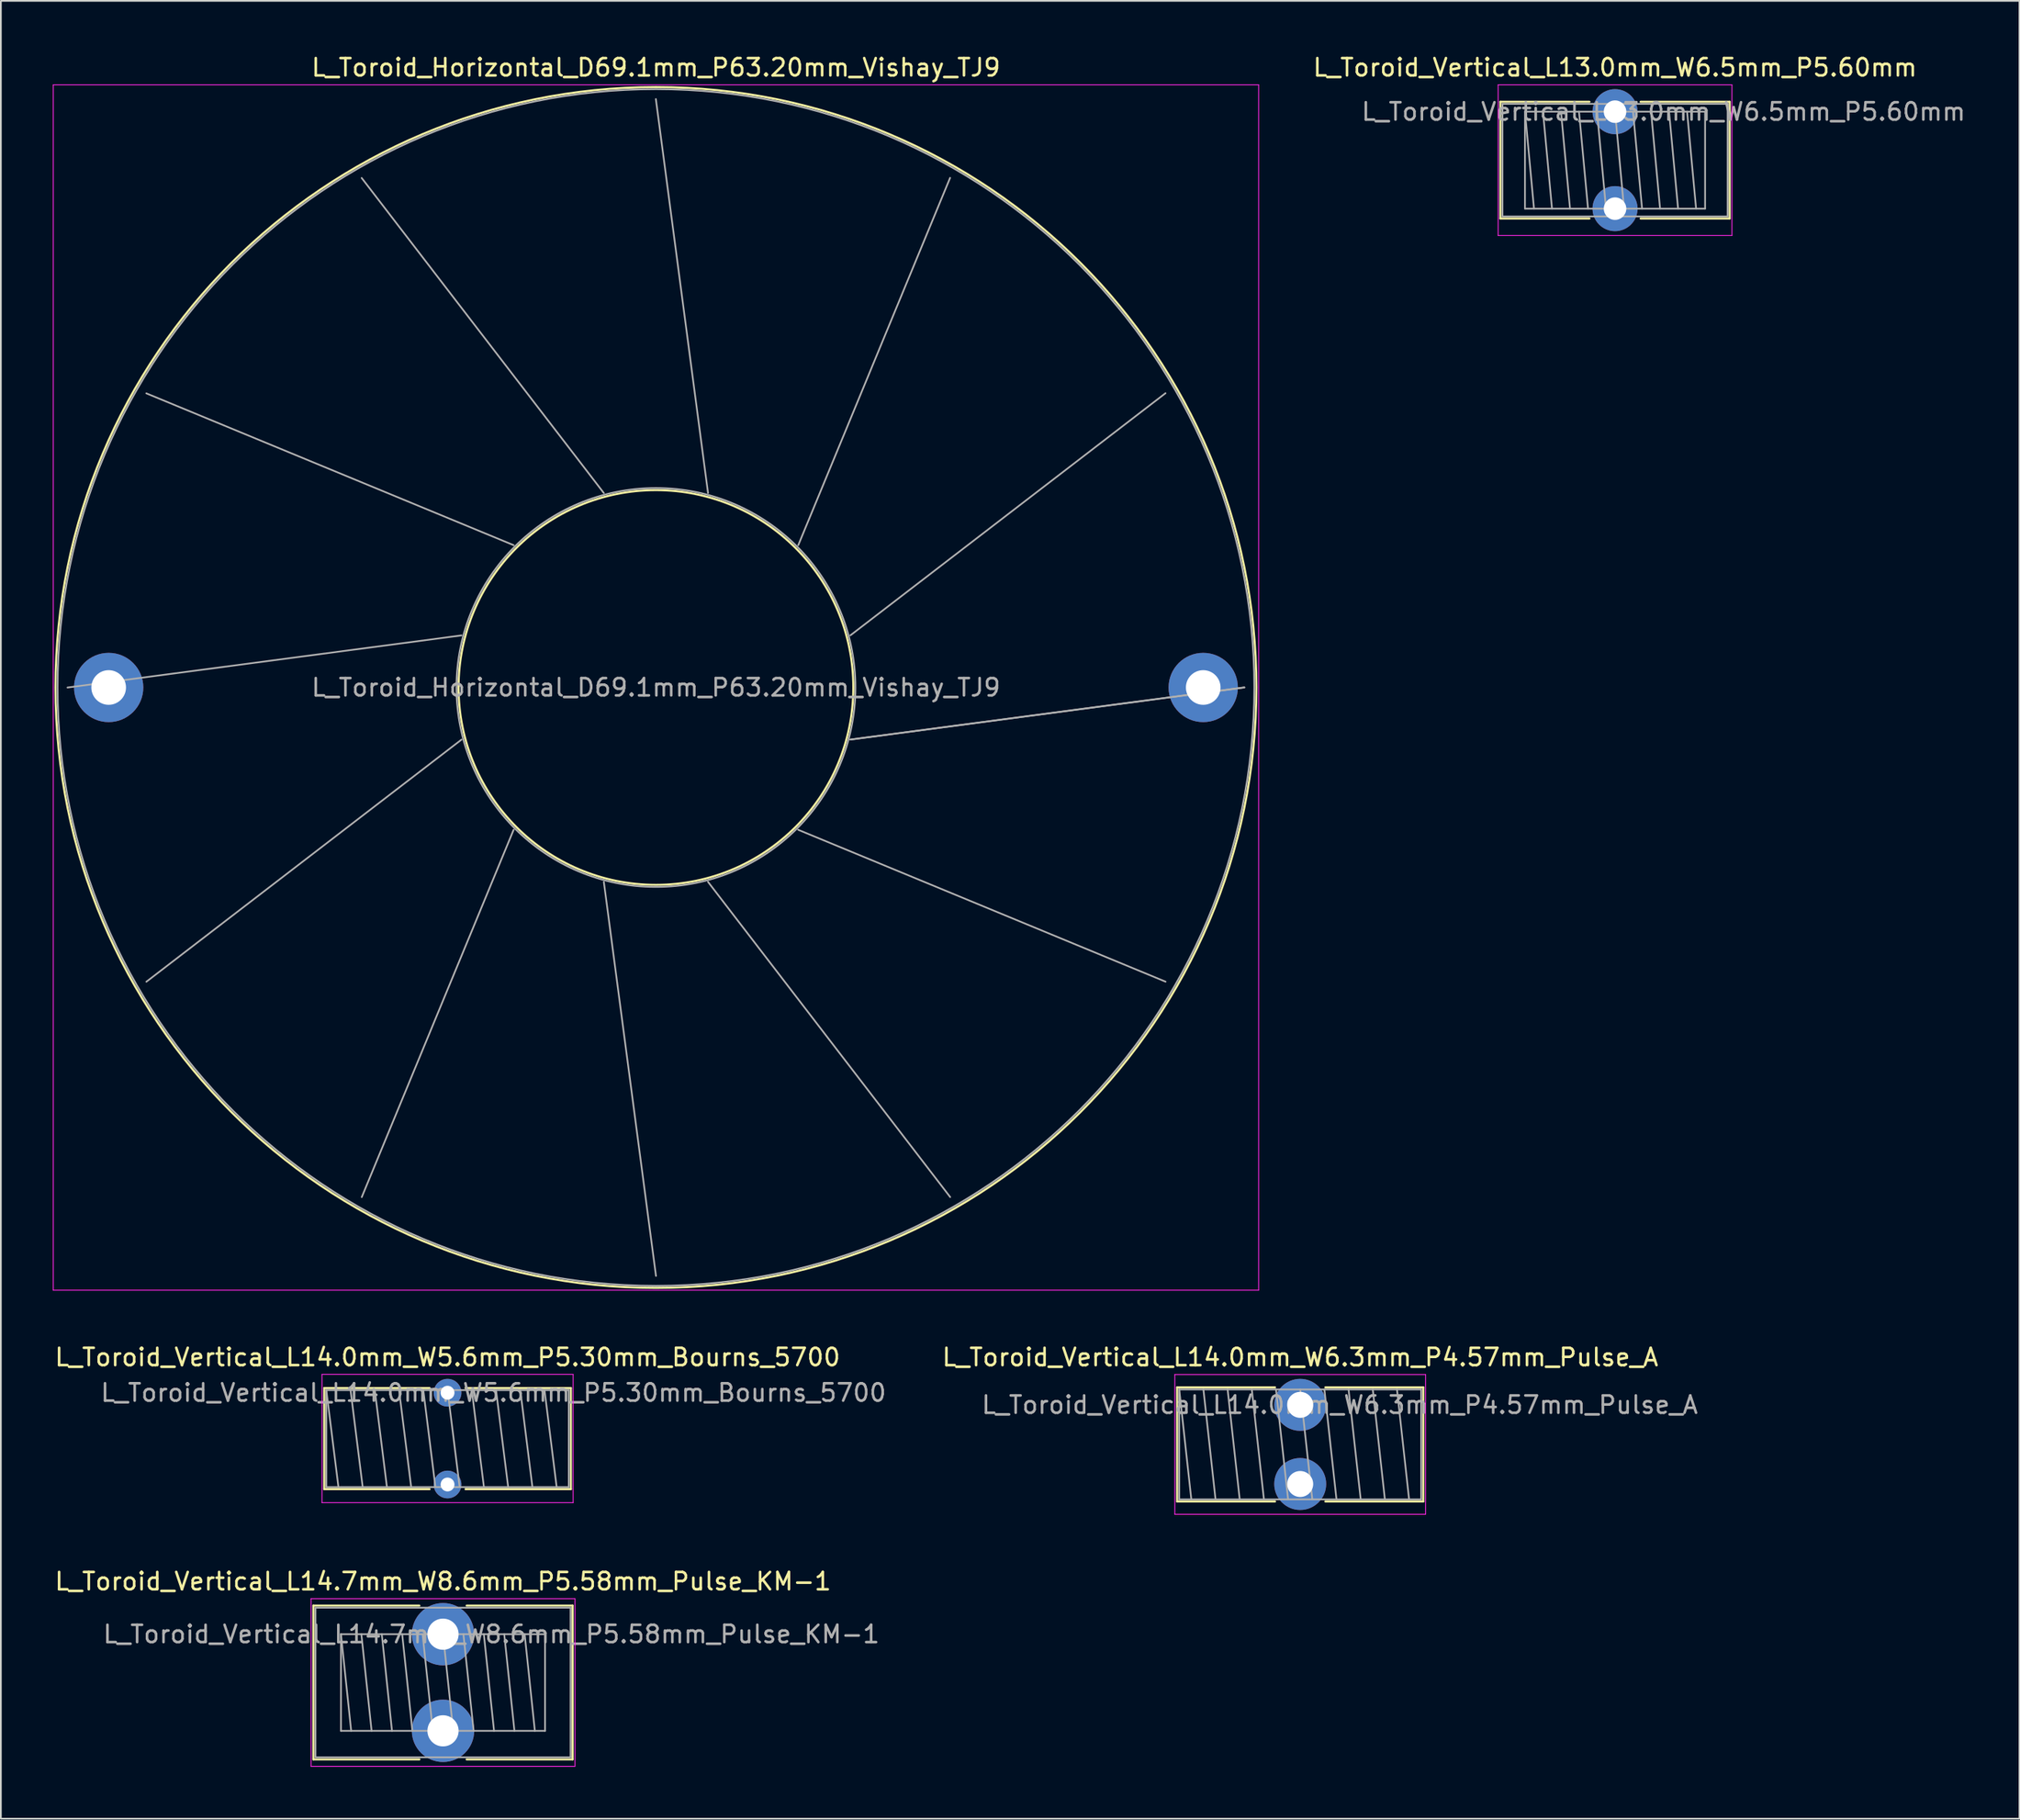
<source format=kicad_pcb>
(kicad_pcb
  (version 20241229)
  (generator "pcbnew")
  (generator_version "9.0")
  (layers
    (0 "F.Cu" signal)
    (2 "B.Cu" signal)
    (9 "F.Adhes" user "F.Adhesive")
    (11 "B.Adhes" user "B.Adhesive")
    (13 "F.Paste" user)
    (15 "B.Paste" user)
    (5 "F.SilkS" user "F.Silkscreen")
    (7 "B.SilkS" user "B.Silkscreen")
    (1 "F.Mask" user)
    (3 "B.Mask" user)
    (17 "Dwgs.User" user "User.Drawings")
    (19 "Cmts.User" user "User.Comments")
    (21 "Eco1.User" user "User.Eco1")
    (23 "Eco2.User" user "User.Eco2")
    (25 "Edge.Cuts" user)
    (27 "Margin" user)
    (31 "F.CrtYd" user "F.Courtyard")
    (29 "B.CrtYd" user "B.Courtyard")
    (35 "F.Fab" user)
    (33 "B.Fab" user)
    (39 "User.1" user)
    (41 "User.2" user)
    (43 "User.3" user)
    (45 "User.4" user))
  (footprint "L_Toroid_Vertical_L13.0mm_W6.5mm_P5.60mm"
    (layer "F.Cu")
    (at 90.204 3.398)
    (property "Reference" "L_Toroid_Vertical_L13.0mm_W6.5mm_P5.60mm" (at 0 -2.55 0) (layer "F.SilkS") (effects (font (size 1 1) (thickness 0.15))))
    (attr through_hole)
    (fp_line (start -6.62 -0.57) (end -6.62 6.17) (stroke (width 0.12) (type solid)) (layer "F.SilkS"))
    (fp_line (start -6.62 -0.57) (end -1.478 -0.57) (stroke (width 0.12) (type solid)) (layer "F.SilkS"))
    (fp_line (start -6.62 6.17) (end -1.478 6.17) (stroke (width 0.12) (type solid)) (layer "F.SilkS"))
    (fp_line (start 1.478 -0.57) (end 6.62 -0.57) (stroke (width 0.12) (type solid)) (layer "F.SilkS"))
    (fp_line (start 1.478 6.17) (end 6.62 6.17) (stroke (width 0.12) (type solid)) (layer "F.SilkS"))
    (fp_line (start 6.62 -0.57) (end 6.62 6.17) (stroke (width 0.12) (type solid)) (layer "F.SilkS"))
    (fp_line (start -6.75 -1.55) (end -6.75 7.15) (stroke (width 0.05) (type solid)) (layer "F.CrtYd"))
    (fp_line (start -6.75 7.15) (end 6.75 7.15) (stroke (width 0.05) (type solid)) (layer "F.CrtYd"))
    (fp_line (start 6.75 -1.55) (end -6.75 -1.55) (stroke (width 0.05) (type solid)) (layer "F.CrtYd"))
    (fp_line (start 6.75 7.15) (end 6.75 -1.55) (stroke (width 0.05) (type solid)) (layer "F.CrtYd"))
    (fp_line (start -6.5 -0.45) (end -6.5 6.05) (stroke (width 0.1) (type solid)) (layer "F.Fab"))
    (fp_line (start -6.5 6.05) (end 6.5 6.05) (stroke (width 0.1) (type solid)) (layer "F.Fab"))
    (fp_line (start -5.2 0) (end -5.2 5.6) (stroke (width 0.1) (type solid)) (layer "F.Fab"))
    (fp_line (start -5.2 0) (end -4.68 5.6) (stroke (width 0.1) (type solid)) (layer "F.Fab"))
    (fp_line (start -5.2 5.6) (end 5.2 5.6) (stroke (width 0.1) (type solid)) (layer "F.Fab"))
    (fp_line (start -4.16 0) (end -3.64 5.6) (stroke (width 0.1) (type solid)) (layer "F.Fab"))
    (fp_line (start -3.12 0) (end -2.6 5.6) (stroke (width 0.1) (type solid)) (layer "F.Fab"))
    (fp_line (start -2.08 0) (end -1.56 5.6) (stroke (width 0.1) (type solid)) (layer "F.Fab"))
    (fp_line (start -1.04 0) (end -0.52 5.6) (stroke (width 0.1) (type solid)) (layer "F.Fab"))
    (fp_line (start 0 0) (end 0.52 5.6) (stroke (width 0.1) (type solid)) (layer "F.Fab"))
    (fp_line (start 1.04 0) (end 1.56 5.6) (stroke (width 0.1) (type solid)) (layer "F.Fab"))
    (fp_line (start 2.08 0) (end 2.6 5.6) (stroke (width 0.1) (type solid)) (layer "F.Fab"))
    (fp_line (start 3.12 0) (end 3.64 5.6) (stroke (width 0.1) (type solid)) (layer "F.Fab"))
    (fp_line (start 4.16 0) (end 4.68 5.6) (stroke (width 0.1) (type solid)) (layer "F.Fab"))
    (fp_line (start 5.2 0) (end -5.2 0) (stroke (width 0.1) (type solid)) (layer "F.Fab"))
    (fp_line (start 5.2 5.6) (end 5.2 0) (stroke (width 0.1) (type solid)) (layer "F.Fab"))
    (fp_line (start 6.5 -0.45) (end -6.5 -0.45) (stroke (width 0.1) (type solid)) (layer "F.Fab"))
    (fp_line (start 6.5 6.05) (end 6.5 -0.45) (stroke (width 0.1) (type solid)) (layer "F.Fab"))
    (fp_text user "${REFERENCE}" (at 2.8 0 0) (layer "F.Fab") (effects (font (size 1 1) (thickness 0.15))))
    (pad "1" thru_hole circle (at 0 0) (size 2.6 2.6) (drill 1.3) (layers "*.Cu" "*.Mask"))
    (pad "2" thru_hole circle (at 0 5.6) (size 2.6 2.6) (drill 1.3) (layers "*.Cu" "*.Mask")))
  (footprint "L_Toroid_Vertical_L14.7mm_W8.6mm_P5.58mm_Pulse_KM-1"
    (layer "F.Cu")
    (at 22.53 91.315)
    (property "Reference" "L_Toroid_Vertical_L14.7mm_W8.6mm_P5.58mm_Pulse_KM-1" (at 0 -3.05 0) (layer "F.SilkS") (effects (font (size 1 1) (thickness 0.15))))
    (attr through_hole)
    (fp_line (start -7.485 -1.65) (end -7.485 7.23) (stroke (width 0.12) (type solid)) (layer "F.SilkS"))
    (fp_line (start -7.485 -1.65) (end -1.365 -1.65) (stroke (width 0.12) (type solid)) (layer "F.SilkS"))
    (fp_line (start -7.485 7.23) (end -1.365 7.23) (stroke (width 0.12) (type solid)) (layer "F.SilkS"))
    (fp_line (start 1.365 -1.65) (end 7.485 -1.65) (stroke (width 0.12) (type solid)) (layer "F.SilkS"))
    (fp_line (start 1.365 7.23) (end 7.485 7.23) (stroke (width 0.12) (type solid)) (layer "F.SilkS"))
    (fp_line (start 7.485 -1.65) (end 7.485 7.23) (stroke (width 0.12) (type solid)) (layer "F.SilkS"))
    (fp_line (start -7.62 -2.05) (end -7.62 7.63) (stroke (width 0.05) (type solid)) (layer "F.CrtYd"))
    (fp_line (start -7.62 7.63) (end 7.62 7.63) (stroke (width 0.05) (type solid)) (layer "F.CrtYd"))
    (fp_line (start 7.62 -2.05) (end -7.62 -2.05) (stroke (width 0.05) (type solid)) (layer "F.CrtYd"))
    (fp_line (start 7.62 7.63) (end 7.62 -2.05) (stroke (width 0.05) (type solid)) (layer "F.CrtYd"))
    (fp_line (start -7.365 -1.53) (end -7.365 7.11) (stroke (width 0.1) (type solid)) (layer "F.Fab"))
    (fp_line (start -7.365 7.11) (end 7.365 7.11) (stroke (width 0.1) (type solid)) (layer "F.Fab"))
    (fp_line (start -5.892 0) (end -5.892 5.58) (stroke (width 0.1) (type solid)) (layer "F.Fab"))
    (fp_line (start -5.892 0) (end -5.303 5.58) (stroke (width 0.1) (type solid)) (layer "F.Fab"))
    (fp_line (start -5.892 5.58) (end 5.892 5.58) (stroke (width 0.1) (type solid)) (layer "F.Fab"))
    (fp_line (start -4.714 0) (end -4.124 5.58) (stroke (width 0.1) (type solid)) (layer "F.Fab"))
    (fp_line (start -3.535 0) (end -2.946 5.58) (stroke (width 0.1) (type solid)) (layer "F.Fab"))
    (fp_line (start -2.357 0) (end -1.768 5.58) (stroke (width 0.1) (type solid)) (layer "F.Fab"))
    (fp_line (start -1.178 0) (end -0.589 5.58) (stroke (width 0.1) (type solid)) (layer "F.Fab"))
    (fp_line (start 0 0) (end 0.589 5.58) (stroke (width 0.1) (type solid)) (layer "F.Fab"))
    (fp_line (start 1.178 0) (end 1.768 5.58) (stroke (width 0.1) (type solid)) (layer "F.Fab"))
    (fp_line (start 2.357 0) (end 2.946 5.58) (stroke (width 0.1) (type solid)) (layer "F.Fab"))
    (fp_line (start 3.535 0) (end 4.124 5.58) (stroke (width 0.1) (type solid)) (layer "F.Fab"))
    (fp_line (start 4.714 0) (end 5.303 5.58) (stroke (width 0.1) (type solid)) (layer "F.Fab"))
    (fp_line (start 5.892 0) (end -5.892 0) (stroke (width 0.1) (type solid)) (layer "F.Fab"))
    (fp_line (start 5.892 5.58) (end 5.892 0) (stroke (width 0.1) (type solid)) (layer "F.Fab"))
    (fp_line (start 7.365 -1.53) (end -7.365 -1.53) (stroke (width 0.1) (type solid)) (layer "F.Fab"))
    (fp_line (start 7.365 7.11) (end 7.365 -1.53) (stroke (width 0.1) (type solid)) (layer "F.Fab"))
    (fp_text user "${REFERENCE}" (at 2.79 0 0) (layer "F.Fab") (effects (font (size 1 1) (thickness 0.15))))
    (pad "1" thru_hole circle (at 0 0) (size 3.6 3.6) (drill 1.8) (layers "*.Cu" "*.Mask"))
    (pad "2" thru_hole circle (at 0 5.58) (size 3.6 3.6) (drill 1.8) (layers "*.Cu" "*.Mask")))
  (footprint "L_Toroid_Vertical_L14.0mm_W5.6mm_P5.30mm_Bourns_5700"
    (layer "F.Cu")
    (at 22.792 77.371)
    (property "Reference" "L_Toroid_Vertical_L14.0mm_W5.6mm_P5.30mm_Bourns_5700" (at 0 -2.05 0) (layer "F.SilkS") (effects (font (size 1 1) (thickness 0.15))))
    (attr through_hole)
    (fp_line (start -7.12 -0.27) (end -7.12 5.57) (stroke (width 0.12) (type solid)) (layer "F.SilkS"))
    (fp_line (start -7.12 -0.27) (end -1.037 -0.27) (stroke (width 0.12) (type solid)) (layer "F.SilkS"))
    (fp_line (start -7.12 5.57) (end -1.037 5.57) (stroke (width 0.12) (type solid)) (layer "F.SilkS"))
    (fp_line (start 1.037 -0.27) (end 7.12 -0.27) (stroke (width 0.12) (type solid)) (layer "F.SilkS"))
    (fp_line (start 1.037 5.57) (end 7.12 5.57) (stroke (width 0.12) (type solid)) (layer "F.SilkS"))
    (fp_line (start 7.12 -0.27) (end 7.12 5.57) (stroke (width 0.12) (type solid)) (layer "F.SilkS"))
    (fp_line (start -7.25 -1.06) (end -7.25 6.35) (stroke (width 0.05) (type solid)) (layer "F.CrtYd"))
    (fp_line (start -7.25 6.35) (end 7.25 6.35) (stroke (width 0.05) (type solid)) (layer "F.CrtYd"))
    (fp_line (start 7.25 -1.06) (end -7.25 -1.06) (stroke (width 0.05) (type solid)) (layer "F.CrtYd"))
    (fp_line (start 7.25 6.35) (end 7.25 -1.06) (stroke (width 0.05) (type solid)) (layer "F.CrtYd"))
    (fp_line (start -7 -0.15) (end -7 5.45) (stroke (width 0.1) (type solid)) (layer "F.Fab"))
    (fp_line (start -7 -0.15) (end -6.3 5.45) (stroke (width 0.1) (type solid)) (layer "F.Fab"))
    (fp_line (start -7 5.45) (end 7 5.45) (stroke (width 0.1) (type solid)) (layer "F.Fab"))
    (fp_line (start -5.6 -0.15) (end -4.9 5.45) (stroke (width 0.1) (type solid)) (layer "F.Fab"))
    (fp_line (start -4.2 -0.15) (end -3.5 5.45) (stroke (width 0.1) (type solid)) (layer "F.Fab"))
    (fp_line (start -2.8 -0.15) (end -2.1 5.45) (stroke (width 0.1) (type solid)) (layer "F.Fab"))
    (fp_line (start -1.4 -0.15) (end -0.7 5.45) (stroke (width 0.1) (type solid)) (layer "F.Fab"))
    (fp_line (start 0 -0.15) (end 0.7 5.45) (stroke (width 0.1) (type solid)) (layer "F.Fab"))
    (fp_line (start 1.4 -0.15) (end 2.1 5.45) (stroke (width 0.1) (type solid)) (layer "F.Fab"))
    (fp_line (start 2.8 -0.15) (end 3.5 5.45) (stroke (width 0.1) (type solid)) (layer "F.Fab"))
    (fp_line (start 4.2 -0.15) (end 4.9 5.45) (stroke (width 0.1) (type solid)) (layer "F.Fab"))
    (fp_line (start 5.6 -0.15) (end 6.3 5.45) (stroke (width 0.1) (type solid)) (layer "F.Fab"))
    (fp_line (start 7 -0.15) (end -7 -0.15) (stroke (width 0.1) (type solid)) (layer "F.Fab"))
    (fp_line (start 7 5.45) (end 7 -0.15) (stroke (width 0.1) (type solid)) (layer "F.Fab"))
    (fp_text user "${REFERENCE}" (at 2.65 0 0) (layer "F.Fab") (effects (font (size 1 1) (thickness 0.15))))
    (pad "1" thru_hole circle (at 0 0) (size 1.6 1.6) (drill 0.8) (layers "*.Cu" "*.Mask"))
    (pad "2" thru_hole circle (at 0 5.3) (size 1.6 1.6) (drill 0.8) (layers "*.Cu" "*.Mask")))
  (footprint "L_Toroid_Vertical_L14.0mm_W6.3mm_P4.57mm_Pulse_A"
    (layer "F.Cu")
    (at 72.025 78.072)
    (property "Reference" "L_Toroid_Vertical_L14.0mm_W6.3mm_P4.57mm_Pulse_A" (at 0 -2.75 0) (layer "F.SilkS") (effects (font (size 1 1) (thickness 0.15))))
    (attr through_hole)
    (fp_line (start -7.105 -1.01) (end -7.105 5.58) (stroke (width 0.12) (type solid)) (layer "F.SilkS"))
    (fp_line (start -7.105 -1.01) (end -1.454 -1.01) (stroke (width 0.12) (type solid)) (layer "F.SilkS"))
    (fp_line (start -7.105 5.58) (end -1.454 5.58) (stroke (width 0.12) (type solid)) (layer "F.SilkS"))
    (fp_line (start 1.454 -1.01) (end 7.105 -1.01) (stroke (width 0.12) (type solid)) (layer "F.SilkS"))
    (fp_line (start 1.454 5.58) (end 7.105 5.58) (stroke (width 0.12) (type solid)) (layer "F.SilkS"))
    (fp_line (start 7.105 -1.01) (end 7.105 5.58) (stroke (width 0.12) (type solid)) (layer "F.SilkS"))
    (fp_line (start -7.24 -1.75) (end -7.24 6.32) (stroke (width 0.05) (type solid)) (layer "F.CrtYd"))
    (fp_line (start -7.24 6.32) (end 7.24 6.32) (stroke (width 0.05) (type solid)) (layer "F.CrtYd"))
    (fp_line (start 7.24 -1.75) (end -7.24 -1.75) (stroke (width 0.05) (type solid)) (layer "F.CrtYd"))
    (fp_line (start 7.24 6.32) (end 7.24 -1.75) (stroke (width 0.05) (type solid)) (layer "F.CrtYd"))
    (fp_line (start -6.985 -0.89) (end -6.985 5.46) (stroke (width 0.1) (type solid)) (layer "F.Fab"))
    (fp_line (start -6.985 -0.89) (end -6.287 5.46) (stroke (width 0.1) (type solid)) (layer "F.Fab"))
    (fp_line (start -6.985 5.46) (end 6.985 5.46) (stroke (width 0.1) (type solid)) (layer "F.Fab"))
    (fp_line (start -5.588 -0.89) (end -4.889 5.46) (stroke (width 0.1) (type solid)) (layer "F.Fab"))
    (fp_line (start -4.191 -0.89) (end -3.493 5.46) (stroke (width 0.1) (type solid)) (layer "F.Fab"))
    (fp_line (start -2.794 -0.89) (end -2.095 5.46) (stroke (width 0.1) (type solid)) (layer "F.Fab"))
    (fp_line (start -1.397 -0.89) (end -0.699 5.46) (stroke (width 0.1) (type solid)) (layer "F.Fab"))
    (fp_line (start 0 -0.89) (end 0.699 5.46) (stroke (width 0.1) (type solid)) (layer "F.Fab"))
    (fp_line (start 1.397 -0.89) (end 2.095 5.46) (stroke (width 0.1) (type solid)) (layer "F.Fab"))
    (fp_line (start 2.794 -0.89) (end 3.493 5.46) (stroke (width 0.1) (type solid)) (layer "F.Fab"))
    (fp_line (start 4.191 -0.89) (end 4.889 5.46) (stroke (width 0.1) (type solid)) (layer "F.Fab"))
    (fp_line (start 5.588 -0.89) (end 6.287 5.46) (stroke (width 0.1) (type solid)) (layer "F.Fab"))
    (fp_line (start 6.985 -0.89) (end -6.985 -0.89) (stroke (width 0.1) (type solid)) (layer "F.Fab"))
    (fp_line (start 6.985 5.46) (end 6.985 -0.89) (stroke (width 0.1) (type solid)) (layer "F.Fab"))
    (fp_text user "${REFERENCE}" (at 2.285 0 0) (layer "F.Fab") (effects (font (size 1 1) (thickness 0.15))))
    (pad "1" thru_hole circle (at 0 0) (size 3 3) (drill 1.5) (layers "*.Cu" "*.Mask"))
    (pad "2" thru_hole circle (at 0 4.57) (size 3 3) (drill 1.5) (layers "*.Cu" "*.Mask")))
  (footprint "L_Toroid_Horizontal_D69.1mm_P63.20mm_Vishay_TJ9"
    (layer "F.Cu")
    (at 3.225 36.648)
    (property "Reference" "L_Toroid_Horizontal_D69.1mm_P63.20mm_Vishay_TJ9" (at 31.6 -35.8 0) (layer "F.SilkS") (effects (font (size 1 1) (thickness 0.15))))
    (attr through_hole)
    (fp_circle (center 31.6 0) (end 42.997 0) (stroke (width 0.12) (type solid)) (fill no) (layer "F.SilkS"))
    (fp_circle (center 31.6 0) (end 66.27 0) (stroke (width 0.12) (type solid)) (fill no) (layer "F.SilkS"))
    (fp_line (start -3.2 -34.8) (end -3.2 34.8) (stroke (width 0.05) (type solid)) (layer "F.CrtYd"))
    (fp_line (start -3.2 34.8) (end 66.4 34.8) (stroke (width 0.05) (type solid)) (layer "F.CrtYd"))
    (fp_line (start 66.4 -34.8) (end -3.2 -34.8) (stroke (width 0.05) (type solid)) (layer "F.CrtYd"))
    (fp_line (start 66.4 34.8) (end 66.4 -34.8) (stroke (width 0.05) (type solid)) (layer "F.CrtYd"))
    (fp_line (start -2.377 0.003) (end 20.371 -3.008) (stroke (width 0.1) (type solid)) (layer "F.Fab"))
    (fp_line (start 2.174 -16.985) (end 23.379 -8.219) (stroke (width 0.1) (type solid)) (layer "F.Fab"))
    (fp_line (start 2.177 16.991) (end 20.372 3.01) (stroke (width 0.1) (type solid)) (layer "F.Fab"))
    (fp_line (start 14.608 -29.422) (end 28.59 -11.228) (stroke (width 0.1) (type solid)) (layer "F.Fab"))
    (fp_line (start 14.614 29.426) (end 23.381 8.22) (stroke (width 0.1) (type solid)) (layer "F.Fab"))
    (fp_line (start 31.595 -33.977) (end 34.607 -11.229) (stroke (width 0.1) (type solid)) (layer "F.Fab"))
    (fp_line (start 31.602 33.977) (end 28.592 11.229) (stroke (width 0.1) (type solid)) (layer "F.Fab"))
    (fp_line (start 48.584 -29.427) (end 39.819 -8.221) (stroke (width 0.1) (type solid)) (layer "F.Fab"))
    (fp_line (start 48.589 29.424) (end 34.609 11.228) (stroke (width 0.1) (type solid)) (layer "F.Fab"))
    (fp_line (start 61.022 -16.993) (end 42.828 -3.011) (stroke (width 0.1) (type solid)) (layer "F.Fab"))
    (fp_line (start 61.025 16.988) (end 39.82 8.22) (stroke (width 0.1) (type solid)) (layer "F.Fab"))
    (fp_line (start 65.577 -0.006) (end 42.829 3.006) (stroke (width 0.1) (type solid)) (layer "F.Fab"))
    (fp_line (start 65.577 0) (end 42.829 3.009) (stroke (width 0.1) (type solid)) (layer "F.Fab"))
    (fp_circle (center 31.6 0) (end 43.117 0) (stroke (width 0.1) (type solid)) (fill no) (layer "F.Fab"))
    (fp_circle (center 31.6 0) (end 66.15 0) (stroke (width 0.1) (type solid)) (fill no) (layer "F.Fab"))
    (fp_text user "${REFERENCE}" (at 31.6 0 0) (layer "F.Fab") (effects (font (size 1 1) (thickness 0.15))))
    (pad "1" thru_hole circle (at 0 0) (size 4 4) (drill 2) (layers "*.Cu" "*.Mask"))
    (pad "2" thru_hole circle (at 63.2 0) (size 4 4) (drill 2) (layers "*.Cu" "*.Mask")))
  (gr_rect
    (start -3 -3)
    (end 113.557 101.97)
    (stroke (width 0.1) (type default))
    (fill no)
    (layer "Edge.Cuts")))
</source>
